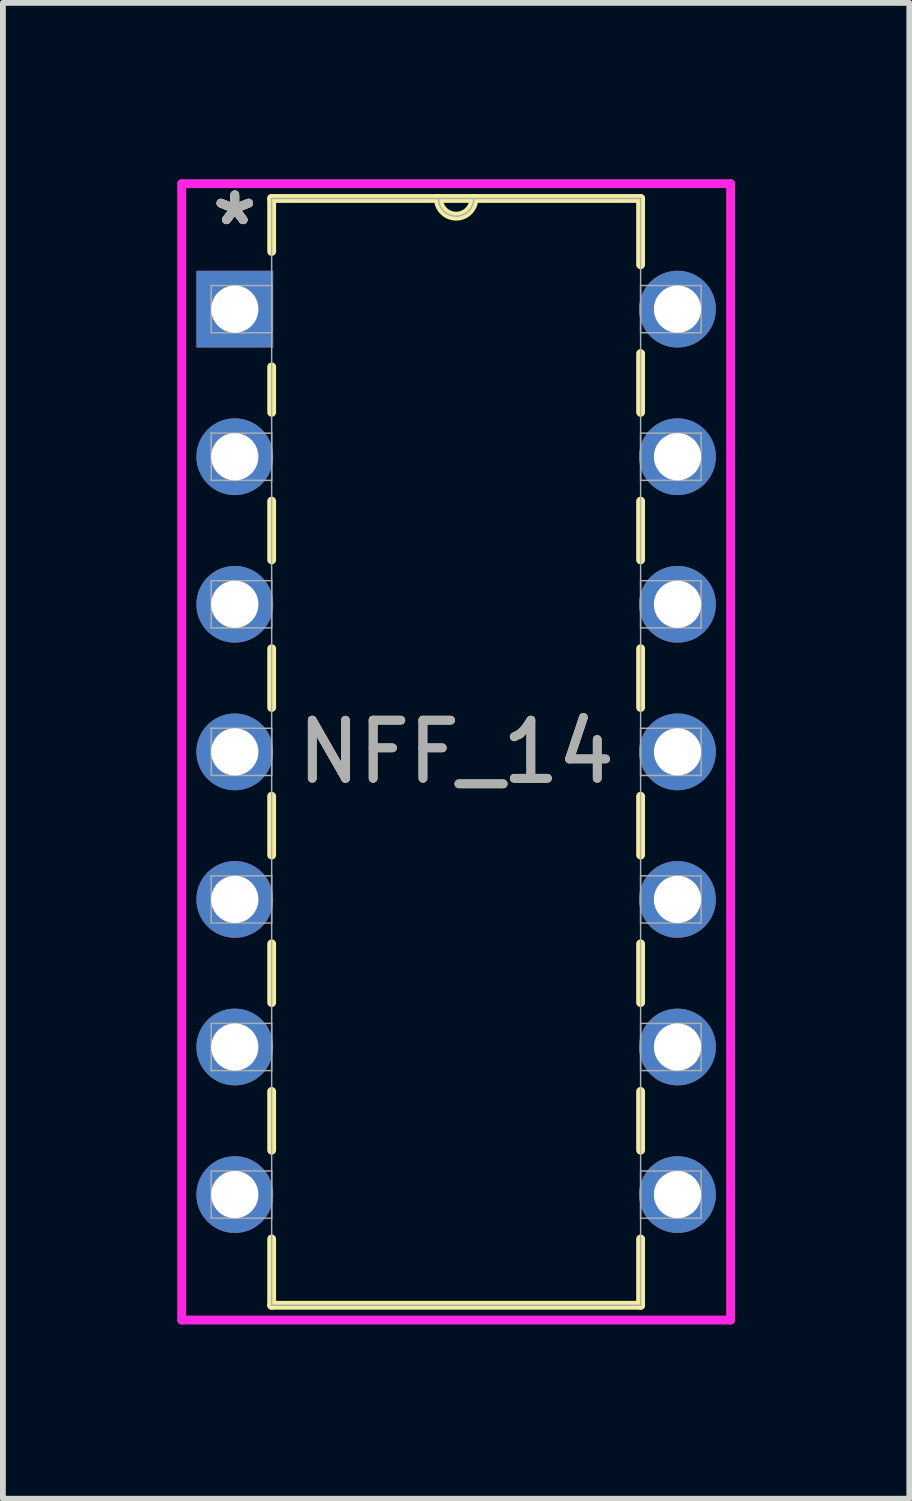
<source format=kicad_pcb>
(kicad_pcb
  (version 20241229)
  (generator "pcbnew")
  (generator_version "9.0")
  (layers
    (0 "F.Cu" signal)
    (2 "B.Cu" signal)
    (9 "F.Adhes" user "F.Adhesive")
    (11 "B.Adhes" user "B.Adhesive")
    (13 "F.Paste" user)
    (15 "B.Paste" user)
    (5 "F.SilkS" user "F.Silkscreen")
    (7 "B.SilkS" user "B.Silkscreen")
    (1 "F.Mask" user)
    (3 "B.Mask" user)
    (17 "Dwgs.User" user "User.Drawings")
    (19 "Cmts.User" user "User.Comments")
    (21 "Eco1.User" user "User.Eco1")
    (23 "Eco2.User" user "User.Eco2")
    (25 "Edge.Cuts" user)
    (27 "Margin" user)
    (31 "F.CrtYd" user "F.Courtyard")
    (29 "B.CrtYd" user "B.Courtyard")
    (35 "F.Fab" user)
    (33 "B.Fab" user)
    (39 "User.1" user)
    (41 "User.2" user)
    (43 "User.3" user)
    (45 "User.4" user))
  (footprint "NFF_14"
    (layer "F.Cu")
    (at 8.611 17.511)
    (property "Reference" "NFF_14" (at -3.81 -7.62 0) (unlocked yes) (layer "F.SilkS") (effects (font (size 1 1) (thickness 0.15))))
    (attr through_hole)
    (fp_line (start -6.985 -17.145) (end -6.985 -16.233) (stroke (width 0.152) (type solid)) (layer "F.SilkS"))
    (fp_line (start -6.985 -14.247) (end -6.985 -13.464) (stroke (width 0.152) (type solid)) (layer "F.SilkS"))
    (fp_line (start -6.985 -11.936) (end -6.985 -10.924) (stroke (width 0.152) (type solid)) (layer "F.SilkS"))
    (fp_line (start -6.985 -9.396) (end -6.985 -8.384) (stroke (width 0.152) (type solid)) (layer "F.SilkS"))
    (fp_line (start -6.985 -6.856) (end -6.985 -5.844) (stroke (width 0.152) (type solid)) (layer "F.SilkS"))
    (fp_line (start -6.985 -4.316) (end -6.985 -3.304) (stroke (width 0.152) (type solid)) (layer "F.SilkS"))
    (fp_line (start -6.985 -1.776) (end -6.985 -0.764) (stroke (width 0.152) (type solid)) (layer "F.SilkS"))
    (fp_line (start -6.985 0.764) (end -6.985 1.905) (stroke (width 0.152) (type solid)) (layer "F.SilkS"))
    (fp_line (start -6.985 1.905) (end -0.635 1.905) (stroke (width 0.152) (type solid)) (layer "F.SilkS"))
    (fp_line (start -0.635 -17.145) (end -6.985 -17.145) (stroke (width 0.152) (type solid)) (layer "F.SilkS"))
    (fp_line (start -0.635 -16.004) (end -0.635 -17.145) (stroke (width 0.152) (type solid)) (layer "F.SilkS"))
    (fp_line (start -0.635 -13.464) (end -0.635 -14.476) (stroke (width 0.152) (type solid)) (layer "F.SilkS"))
    (fp_line (start -0.635 -10.924) (end -0.635 -11.936) (stroke (width 0.152) (type solid)) (layer "F.SilkS"))
    (fp_line (start -0.635 -8.384) (end -0.635 -9.396) (stroke (width 0.152) (type solid)) (layer "F.SilkS"))
    (fp_line (start -0.635 -5.844) (end -0.635 -6.856) (stroke (width 0.152) (type solid)) (layer "F.SilkS"))
    (fp_line (start -0.635 -3.304) (end -0.635 -4.316) (stroke (width 0.152) (type solid)) (layer "F.SilkS"))
    (fp_line (start -0.635 -0.764) (end -0.635 -1.776) (stroke (width 0.152) (type solid)) (layer "F.SilkS"))
    (fp_line (start -0.635 1.905) (end -0.635 0.764) (stroke (width 0.152) (type solid)) (layer "F.SilkS"))
    (fp_arc (start -3.5052 -17.145) (mid -3.81 -16.8402) (end -4.1148 -17.145) (stroke (width 0.1524) (type solid)) (layer "F.SilkS"))
    (fp_line (start -8.534 -17.399) (end -8.534 2.159) (stroke (width 0.152) (type solid)) (layer "F.CrtYd"))
    (fp_line (start -8.534 2.159) (end 0.914 2.159) (stroke (width 0.152) (type solid)) (layer "F.CrtYd"))
    (fp_line (start 0.914 -17.399) (end -8.534 -17.399) (stroke (width 0.152) (type solid)) (layer "F.CrtYd"))
    (fp_line (start 0.914 2.159) (end 0.914 -17.399) (stroke (width 0.152) (type solid)) (layer "F.CrtYd"))
    (fp_line (start -8.026 -15.646) (end -8.026 -14.834) (stroke (width 0.025) (type solid)) (layer "F.Fab"))
    (fp_line (start -8.026 -14.834) (end -6.985 -14.834) (stroke (width 0.025) (type solid)) (layer "F.Fab"))
    (fp_line (start -8.026 -13.106) (end -8.026 -12.294) (stroke (width 0.025) (type solid)) (layer "F.Fab"))
    (fp_line (start -8.026 -12.294) (end -6.985 -12.294) (stroke (width 0.025) (type solid)) (layer "F.Fab"))
    (fp_line (start -8.026 -10.566) (end -8.026 -9.754) (stroke (width 0.025) (type solid)) (layer "F.Fab"))
    (fp_line (start -8.026 -9.754) (end -6.985 -9.754) (stroke (width 0.025) (type solid)) (layer "F.Fab"))
    (fp_line (start -8.026 -8.026) (end -8.026 -7.214) (stroke (width 0.025) (type solid)) (layer "F.Fab"))
    (fp_line (start -8.026 -7.214) (end -6.985 -7.214) (stroke (width 0.025) (type solid)) (layer "F.Fab"))
    (fp_line (start -8.026 -5.486) (end -8.026 -4.674) (stroke (width 0.025) (type solid)) (layer "F.Fab"))
    (fp_line (start -8.026 -4.674) (end -6.985 -4.674) (stroke (width 0.025) (type solid)) (layer "F.Fab"))
    (fp_line (start -8.026 -2.946) (end -8.026 -2.134) (stroke (width 0.025) (type solid)) (layer "F.Fab"))
    (fp_line (start -8.026 -2.134) (end -6.985 -2.134) (stroke (width 0.025) (type solid)) (layer "F.Fab"))
    (fp_line (start -8.026 -0.406) (end -8.026 0.406) (stroke (width 0.025) (type solid)) (layer "F.Fab"))
    (fp_line (start -8.026 0.406) (end -6.985 0.406) (stroke (width 0.025) (type solid)) (layer "F.Fab"))
    (fp_line (start -6.985 -17.145) (end -6.985 1.905) (stroke (width 0.025) (type solid)) (layer "F.Fab"))
    (fp_line (start -6.985 -15.646) (end -8.026 -15.646) (stroke (width 0.025) (type solid)) (layer "F.Fab"))
    (fp_line (start -6.985 -14.834) (end -6.985 -15.646) (stroke (width 0.025) (type solid)) (layer "F.Fab"))
    (fp_line (start -6.985 -13.106) (end -8.026 -13.106) (stroke (width 0.025) (type solid)) (layer "F.Fab"))
    (fp_line (start -6.985 -12.294) (end -6.985 -13.106) (stroke (width 0.025) (type solid)) (layer "F.Fab"))
    (fp_line (start -6.985 -10.566) (end -8.026 -10.566) (stroke (width 0.025) (type solid)) (layer "F.Fab"))
    (fp_line (start -6.985 -9.754) (end -6.985 -10.566) (stroke (width 0.025) (type solid)) (layer "F.Fab"))
    (fp_line (start -6.985 -8.026) (end -8.026 -8.026) (stroke (width 0.025) (type solid)) (layer "F.Fab"))
    (fp_line (start -6.985 -7.214) (end -6.985 -8.026) (stroke (width 0.025) (type solid)) (layer "F.Fab"))
    (fp_line (start -6.985 -5.486) (end -8.026 -5.486) (stroke (width 0.025) (type solid)) (layer "F.Fab"))
    (fp_line (start -6.985 -4.674) (end -6.985 -5.486) (stroke (width 0.025) (type solid)) (layer "F.Fab"))
    (fp_line (start -6.985 -2.946) (end -8.026 -2.946) (stroke (width 0.025) (type solid)) (layer "F.Fab"))
    (fp_line (start -6.985 -2.134) (end -6.985 -2.946) (stroke (width 0.025) (type solid)) (layer "F.Fab"))
    (fp_line (start -6.985 -0.406) (end -8.026 -0.406) (stroke (width 0.025) (type solid)) (layer "F.Fab"))
    (fp_line (start -6.985 0.406) (end -6.985 -0.406) (stroke (width 0.025) (type solid)) (layer "F.Fab"))
    (fp_line (start -6.985 1.905) (end -0.635 1.905) (stroke (width 0.025) (type solid)) (layer "F.Fab"))
    (fp_line (start -0.635 -17.145) (end -6.985 -17.145) (stroke (width 0.025) (type solid)) (layer "F.Fab"))
    (fp_line (start -0.635 -15.646) (end -0.635 -14.834) (stroke (width 0.025) (type solid)) (layer "F.Fab"))
    (fp_line (start -0.635 -14.834) (end 0.406 -14.834) (stroke (width 0.025) (type solid)) (layer "F.Fab"))
    (fp_line (start -0.635 -13.106) (end -0.635 -12.294) (stroke (width 0.025) (type solid)) (layer "F.Fab"))
    (fp_line (start -0.635 -12.294) (end 0.406 -12.294) (stroke (width 0.025) (type solid)) (layer "F.Fab"))
    (fp_line (start -0.635 -10.566) (end -0.635 -9.754) (stroke (width 0.025) (type solid)) (layer "F.Fab"))
    (fp_line (start -0.635 -9.754) (end 0.406 -9.754) (stroke (width 0.025) (type solid)) (layer "F.Fab"))
    (fp_line (start -0.635 -8.026) (end -0.635 -7.214) (stroke (width 0.025) (type solid)) (layer "F.Fab"))
    (fp_line (start -0.635 -7.214) (end 0.406 -7.214) (stroke (width 0.025) (type solid)) (layer "F.Fab"))
    (fp_line (start -0.635 -5.486) (end -0.635 -4.674) (stroke (width 0.025) (type solid)) (layer "F.Fab"))
    (fp_line (start -0.635 -4.674) (end 0.406 -4.674) (stroke (width 0.025) (type solid)) (layer "F.Fab"))
    (fp_line (start -0.635 -2.946) (end -0.635 -2.134) (stroke (width 0.025) (type solid)) (layer "F.Fab"))
    (fp_line (start -0.635 -2.134) (end 0.406 -2.134) (stroke (width 0.025) (type solid)) (layer "F.Fab"))
    (fp_line (start -0.635 -0.406) (end -0.635 0.406) (stroke (width 0.025) (type solid)) (layer "F.Fab"))
    (fp_line (start -0.635 0.406) (end 0.406 0.406) (stroke (width 0.025) (type solid)) (layer "F.Fab"))
    (fp_line (start -0.635 1.905) (end -0.635 -17.145) (stroke (width 0.025) (type solid)) (layer "F.Fab"))
    (fp_line (start 0.406 -15.646) (end -0.635 -15.646) (stroke (width 0.025) (type solid)) (layer "F.Fab"))
    (fp_line (start 0.406 -14.834) (end 0.406 -15.646) (stroke (width 0.025) (type solid)) (layer "F.Fab"))
    (fp_line (start 0.406 -13.106) (end -0.635 -13.106) (stroke (width 0.025) (type solid)) (layer "F.Fab"))
    (fp_line (start 0.406 -12.294) (end 0.406 -13.106) (stroke (width 0.025) (type solid)) (layer "F.Fab"))
    (fp_line (start 0.406 -10.566) (end -0.635 -10.566) (stroke (width 0.025) (type solid)) (layer "F.Fab"))
    (fp_line (start 0.406 -9.754) (end 0.406 -10.566) (stroke (width 0.025) (type solid)) (layer "F.Fab"))
    (fp_line (start 0.406 -8.026) (end -0.635 -8.026) (stroke (width 0.025) (type solid)) (layer "F.Fab"))
    (fp_line (start 0.406 -7.214) (end 0.406 -8.026) (stroke (width 0.025) (type solid)) (layer "F.Fab"))
    (fp_line (start 0.406 -5.486) (end -0.635 -5.486) (stroke (width 0.025) (type solid)) (layer "F.Fab"))
    (fp_line (start 0.406 -4.674) (end 0.406 -5.486) (stroke (width 0.025) (type solid)) (layer "F.Fab"))
    (fp_line (start 0.406 -2.946) (end -0.635 -2.946) (stroke (width 0.025) (type solid)) (layer "F.Fab"))
    (fp_line (start 0.406 -2.134) (end 0.406 -2.946) (stroke (width 0.025) (type solid)) (layer "F.Fab"))
    (fp_line (start 0.406 -0.406) (end -0.635 -0.406) (stroke (width 0.025) (type solid)) (layer "F.Fab"))
    (fp_line (start 0.406 0.406) (end 0.406 -0.406) (stroke (width 0.025) (type solid)) (layer "F.Fab"))
    (fp_arc (start -3.5052 -17.145) (mid -3.81 -16.8402) (end -4.1148 -17.145) (stroke (width 0.0254) (type solid)) (layer "F.Fab"))
    (fp_text user "*" (at -7.62 -16.662 0) (unlocked yes) (layer "F.SilkS") (effects (font (size 1 1) (thickness 0.15))))
    (fp_text user "*" (at -7.62 -16.662 0) (layer "F.SilkS") (effects (font (size 1 1) (thickness 0.15))))
    (fp_text user "${REFERENCE}" (at -3.81 -7.62 0) (unlocked yes) (layer "F.Fab") (effects (font (size 1 1) (thickness 0.15))))
    (fp_text user "*" (at -7.62 -16.662 0) (unlocked yes) (layer "F.Fab") (effects (font (size 1 1) (thickness 0.15))))
    (fp_text user "*" (at -7.62 -16.662 0) (layer "F.Fab") (effects (font (size 1 1) (thickness 0.15))))
    (pad "1" thru_hole rect (at -7.62 -15.24) (size 1.321 1.321) (drill 0.813) (layers "*.Cu" "*.Mask"))
    (pad "2" thru_hole circle (at -7.62 -12.7) (size 1.321 1.321) (drill 0.813) (layers "*.Cu" "*.Mask"))
    (pad "3" thru_hole circle (at -7.62 -10.16) (size 1.321 1.321) (drill 0.813) (layers "*.Cu" "*.Mask"))
    (pad "4" thru_hole circle (at -7.62 -7.62) (size 1.321 1.321) (drill 0.813) (layers "*.Cu" "*.Mask"))
    (pad "5" thru_hole circle (at -7.62 -5.08) (size 1.321 1.321) (drill 0.813) (layers "*.Cu" "*.Mask"))
    (pad "6" thru_hole circle (at -7.62 -2.54) (size 1.321 1.321) (drill 0.813) (layers "*.Cu" "*.Mask"))
    (pad "7" thru_hole circle (at -7.62 0) (size 1.321 1.321) (drill 0.813) (layers "*.Cu" "*.Mask"))
    (pad "8" thru_hole circle (at 0 0) (size 1.321 1.321) (drill 0.813) (layers "*.Cu" "*.Mask"))
    (pad "9" thru_hole circle (at 0 -2.54) (size 1.321 1.321) (drill 0.813) (layers "*.Cu" "*.Mask"))
    (pad "10" thru_hole circle (at 0 -5.08) (size 1.321 1.321) (drill 0.813) (layers "*.Cu" "*.Mask"))
    (pad "11" thru_hole circle (at 0 -7.62) (size 1.321 1.321) (drill 0.813) (layers "*.Cu" "*.Mask"))
    (pad "12" thru_hole circle (at 0 -10.16) (size 1.321 1.321) (drill 0.813) (layers "*.Cu" "*.Mask"))
    (pad "13" thru_hole circle (at 0 -12.7) (size 1.321 1.321) (drill 0.813) (layers "*.Cu" "*.Mask"))
    (pad "14" thru_hole circle (at 0 -15.24) (size 1.321 1.321) (drill 0.813) (layers "*.Cu" "*.Mask")))
  (gr_rect
    (start -3 -3)
    (end 12.601 22.746)
    (stroke (width 0.1) (type default))
    (fill no)
    (layer "Edge.Cuts")))
</source>
